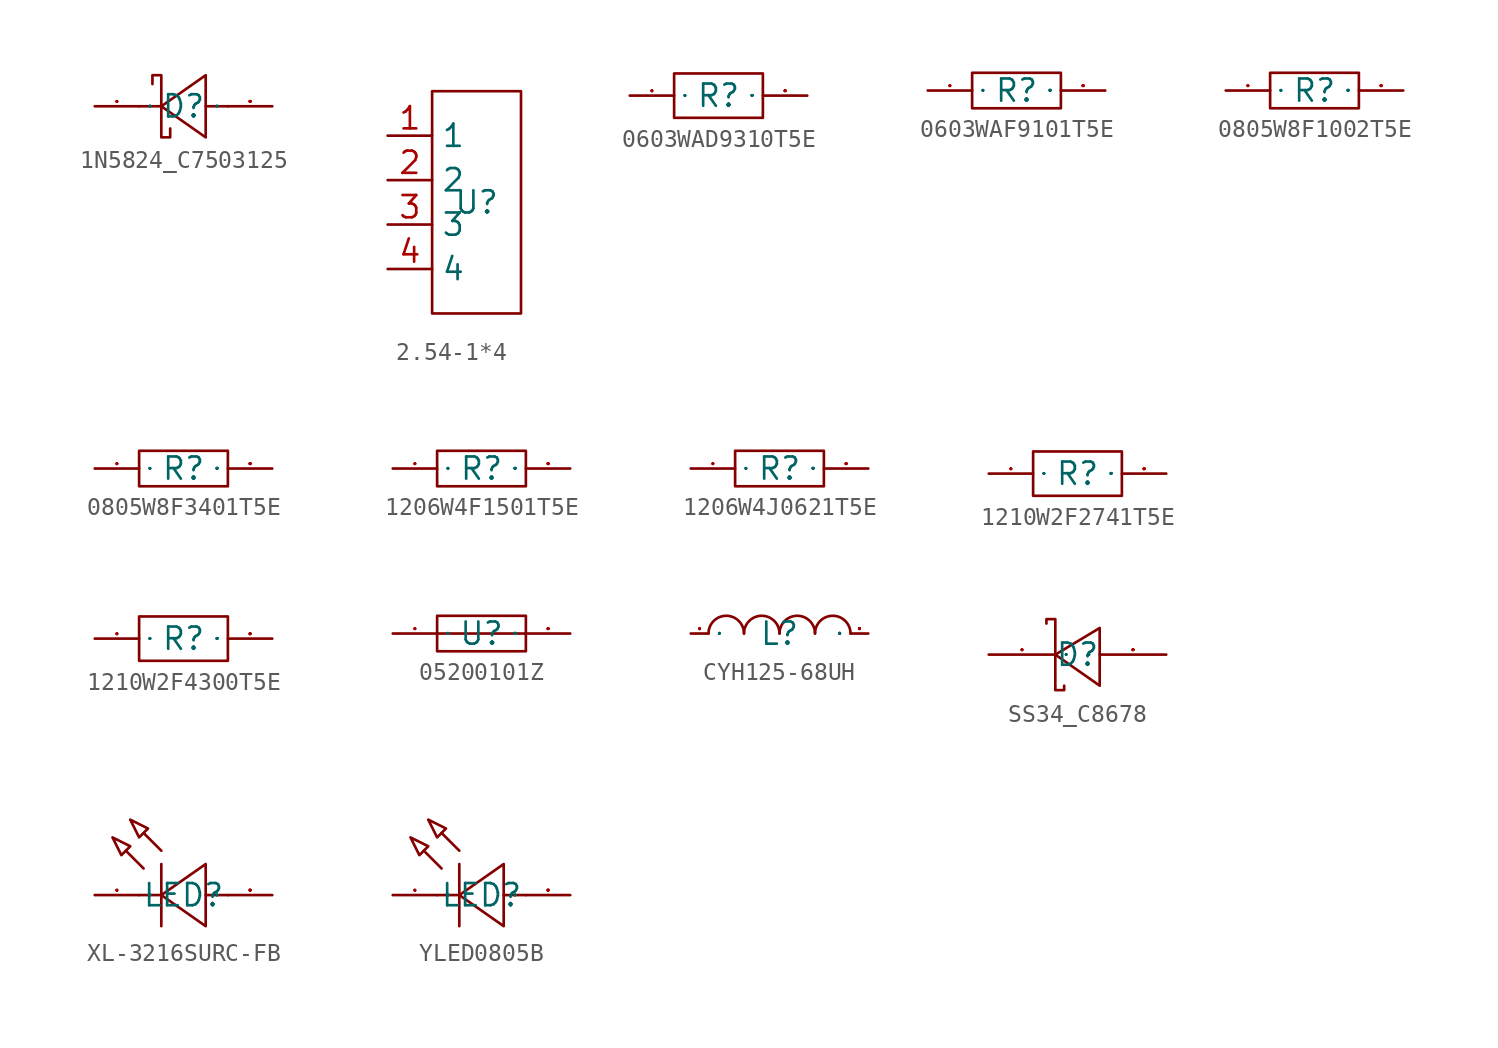
<source format=kicad_sym>
(kicad_symbol_lib
  (version 20241209)
  (generator "kicad_symbol_editor")
  (generator_version "9.0")
  (symbol "1N5824_C7503125"
    (property "Reference" "D"
      (at 0 0 0)
      (effects (font (size 1.27 1.27))))
    (property "Value" ""
      (at 0 0 0)
      (effects (font (size 1.27 1.27))))
    (symbol "1N5824_C7503125_1_0"
      (polyline (pts (xy -1.778 1.27) (xy -1.778 1.778) (xy -1.778 1.778) (xy -1.27 1.778) (xy -1.27 1.778) (xy -1.27 -1.778) (xy -1.27 -1.778) (xy -0.762 -1.778) (xy -0.762 -1.778) (xy -0.762 -1.27)) (stroke (width 0) (type default)) (fill (type none)))
      (polyline (pts (xy -1.27 0) (xy -2.54 0)) (stroke (width 0) (type default)) (fill (type none)))
      (polyline (pts (xy 1.27 1.778) (xy -1.27 0) (xy -1.27 0) (xy 1.27 -1.778) (xy 1.27 -1.778) (xy 1.27 1.778)) (stroke (width 0) (type default)) (fill (type none)))
      (polyline (pts (xy 2.54 0) (xy 1.27 0)) (stroke (width 0) (type default)) (fill (type none)))
      (pin unspecified line (at -5.08 0 0) (length 2.54) (name "K" (effects (font (size 0.025 0.025)))) (number "1" (effects (font (size 0.025 0.025)))))
      (pin unspecified line (at 5.08 0 180) (length 2.54) (name "A" (effects (font (size 0.025 0.025)))) (number "2" (effects (font (size 0.025 0.025)))))))
  (symbol "2.54-1*4"
    (property "Reference" "U"
      (at 0 0 0)
      (effects (font (size 1.27 1.27))))
    (property "Value" ""
      (at 0 0 0)
      (effects (font (size 1.27 1.27))))
    (symbol "2.54-1*4_1_0"
      (rectangle (start -2.54 6.35) (end 2.54 -6.35) (stroke (width 0) (type default)) (fill (type none)))
      (pin unspecified line (at -5.08 3.81 0) (length 2.54) (name "1" (effects (font (size 1.27 1.27)))) (number "1" (effects (font (size 1.27 1.27)))))
      (pin unspecified line (at -5.08 1.27 0) (length 2.54) (name "2" (effects (font (size 1.27 1.27)))) (number "2" (effects (font (size 1.27 1.27)))))
      (pin unspecified line (at -5.08 -1.27 0) (length 2.54) (name "3" (effects (font (size 1.27 1.27)))) (number "3" (effects (font (size 1.27 1.27)))))
      (pin unspecified line (at -5.08 -3.81 0) (length 2.54) (name "4" (effects (font (size 1.27 1.27)))) (number "4" (effects (font (size 1.27 1.27)))))))
  (symbol "0603WAD9310T5E"
    (property "Reference" "R"
      (at 0 0 0)
      (effects (font (size 1.27 1.27))))
    (symbol "0603WAD9310T5E_1_0"
      (rectangle (start -2.54 -1.27) (end 2.54 1.27) (stroke (width 0) (type default)) (fill (type none)))
      (pin input line (at -5.08 0 0) (length 2.54) (name "1" (effects (font (size 0.025 0.025)))) (number "1" (effects (font (size 0.025 0.025)))))
      (pin input line (at 5.08 0 180) (length 2.54) (name "2" (effects (font (size 0.025 0.025)))) (number "2" (effects (font (size 0.025 0.025)))))))
  (symbol "0603WAF9101T5E"
    (property "Reference" "R"
      (at 0 0 0)
      (effects (font (size 1.27 1.27))))
    (symbol "0603WAF9101T5E_1_0"
      (rectangle (start -2.54 -1.016) (end 2.54 1.016) (stroke (width 0) (type default)) (fill (type none)))
      (pin input line (at -5.08 0 0) (length 2.54) (name "1" (effects (font (size 0.025 0.025)))) (number "1" (effects (font (size 0.025 0.025)))))
      (pin input line (at 5.08 0 180) (length 2.54) (name "2" (effects (font (size 0.025 0.025)))) (number "2" (effects (font (size 0.025 0.025)))))))
  (symbol "0805W8F1002T5E"
    (property "Reference" "R"
      (at 0 0 0)
      (effects (font (size 1.27 1.27))))
    (symbol "0805W8F1002T5E_1_0"
      (rectangle (start -2.54 1.016) (end 2.54 -1.016) (stroke (width 0) (type default)) (fill (type none)))
      (pin input line (at -5.08 0 0) (length 2.54) (name "1" (effects (font (size 0.025 0.025)))) (number "1" (effects (font (size 0.025 0.025)))))
      (pin input line (at 5.08 0 180) (length 2.54) (name "2" (effects (font (size 0.025 0.025)))) (number "2" (effects (font (size 0.025 0.025)))))))
  (symbol "0805W8F3401T5E"
    (property "Reference" "R"
      (at 0 0 0)
      (effects (font (size 1.27 1.27))))
    (symbol "0805W8F3401T5E_1_0"
      (rectangle (start -2.54 -1.016) (end 2.54 1.016) (stroke (width 0) (type default)) (fill (type none)))
      (pin input line (at -5.08 0 0) (length 2.54) (name "1" (effects (font (size 0.025 0.025)))) (number "1" (effects (font (size 0.025 0.025)))))
      (pin input line (at 5.08 0 180) (length 2.54) (name "2" (effects (font (size 0.025 0.025)))) (number "2" (effects (font (size 0.025 0.025)))))))
  (symbol "1206W4F1501T5E"
    (property "Reference" "R"
      (at 0 0 0)
      (effects (font (size 1.27 1.27))))
    (symbol "1206W4F1501T5E_1_0"
      (rectangle (start -2.54 -1.016) (end 2.54 1.016) (stroke (width 0) (type default)) (fill (type none)))
      (pin input line (at -5.08 0 0) (length 2.54) (name "1" (effects (font (size 0.025 0.025)))) (number "1" (effects (font (size 0.025 0.025)))))
      (pin input line (at 5.08 0 180) (length 2.54) (name "2" (effects (font (size 0.025 0.025)))) (number "2" (effects (font (size 0.025 0.025)))))))
  (symbol "1206W4J0621T5E"
    (property "Reference" "R"
      (at 0 0 0)
      (effects (font (size 1.27 1.27))))
    (symbol "1206W4J0621T5E_1_0"
      (rectangle (start -2.54 -1.016) (end 2.54 1.016) (stroke (width 0) (type default)) (fill (type none)))
      (pin input line (at -5.08 0 0) (length 2.54) (name "1" (effects (font (size 0.025 0.025)))) (number "1" (effects (font (size 0.025 0.025)))))
      (pin input line (at 5.08 0 180) (length 2.54) (name "2" (effects (font (size 0.025 0.025)))) (number "2" (effects (font (size 0.025 0.025)))))))
  (symbol "1210W2F2741T5E"
    (property "Reference" "R"
      (at 0 0 0)
      (effects (font (size 1.27 1.27))))
    (symbol "1210W2F2741T5E_1_0"
      (rectangle (start -2.54 -1.27) (end 2.54 1.27) (stroke (width 0) (type default)) (fill (type none)))
      (pin input line (at -5.08 0 0) (length 2.54) (name "1" (effects (font (size 0.025 0.025)))) (number "1" (effects (font (size 0.025 0.025)))))
      (pin input line (at 5.08 0 180) (length 2.54) (name "2" (effects (font (size 0.025 0.025)))) (number "2" (effects (font (size 0.025 0.025)))))))
  (symbol "1210W2F4300T5E"
    (property "Reference" "R"
      (at 0 0 0)
      (effects (font (size 1.27 1.27))))
    (symbol "1210W2F4300T5E_1_0"
      (rectangle (start -2.54 -1.27) (end 2.54 1.27) (stroke (width 0) (type default)) (fill (type none)))
      (pin unspecified line (at -5.08 0 0) (length 2.54) (name "1" (effects (font (size 0.025 0.025)))) (number "1" (effects (font (size 0.025 0.025)))))
      (pin unspecified line (at 5.08 0 180) (length 2.54) (name "2" (effects (font (size 0.025 0.025)))) (number "2" (effects (font (size 0.025 0.025)))))))
  (symbol "05200101Z"
    (property "Reference" "U"
      (at 0 0 0)
      (effects (font (size 1.27 1.27))))
    (property "Value" ""
      (at 0 0 0)
      (effects (font (size 1.27 1.27))))
    (symbol "05200101Z_1_0"
      (polyline (pts (xy -2.54 0) (xy 2.54 0)) (stroke (width 0) (type default)) (fill (type none)))
      (rectangle (start -2.54 -1.016) (end 2.54 1.016) (stroke (width 0) (type default)) (fill (type none)))
      (pin unspecified line (at -5.08 0 0) (length 2.54) (name "1" (effects (font (size 0.025 0.025)))) (number "1" (effects (font (size 0.025 0.025)))))
      (pin unspecified line (at 5.08 0 180) (length 2.54) (name "2" (effects (font (size 0.025 0.025)))) (number "2" (effects (font (size 0.025 0.025)))))))
  (symbol "CYH125-68UH"
    (property "Reference" "L"
      (at 0 0 0)
      (effects (font (size 1.27 1.27))))
    (symbol "CYH125-68UH_1_0"
      (arc (start -4.064 0) (mid -3.0226 1.016) (end -2.032 0) (stroke (width 0) (type default)) (fill (type none)))
      (arc (start -2.032 0) (mid -0.9906 1.016) (end 0 0) (stroke (width 0) (type default)) (fill (type none)))
      (arc (start 0 0) (mid 1.016 1.016) (end 2.032 0) (stroke (width 0) (type default)) (fill (type none)))
      (arc (start 2.032 0) (mid 3.048 1.016) (end 4.064 0) (stroke (width 0) (type default)) (fill (type none)))
      (pin unspecified line (at -5.08 0 0) (length 1.016) (name "1" (effects (font (size 0.025 0.025)))) (number "1" (effects (font (size 0.025 0.025)))))
      (pin unspecified line (at 5.08 0 180) (length 1.016) (name "2" (effects (font (size 0.025 0.025)))) (number "2" (effects (font (size 0.025 0.025)))))))
  (symbol "SS34_C8678"
    (property "Reference" "D"
      (at 0 0 0)
      (effects (font (size 1.27 1.27))))
    (property "Value" ""
      (at 0 0 0)
      (effects (font (size 1.27 1.27))))
    (symbol "SS34_C8678_1_0"
      (polyline (pts (xy -1.27 0) (xy -1.27 2.032) (xy -1.27 2.032) (xy -1.778 2.032) (xy -1.778 2.032) (xy -1.778 1.778)) (stroke (width 0) (type default)) (fill (type none)))
      (polyline (pts (xy -1.27 0) (xy -1.27 -2.032) (xy -1.27 -2.032) (xy -0.762 -2.032) (xy -0.762 -2.032) (xy -0.762 -1.778)) (stroke (width 0) (type default)) (fill (type none)))
      (polyline (pts (xy 1.27 1.524) (xy -1.27 0) (xy -1.27 0) (xy 1.27 -1.778) (xy 1.27 -1.778) (xy 1.27 1.524)) (stroke (width 0) (type default)) (fill (type none)))
      (pin unspecified line (at -5.08 0 0) (length 3.81) (name "K" (effects (font (size 0.025 0.025)))) (number "1" (effects (font (size 0.025 0.025)))))
      (pin unspecified line (at 5.08 0 180) (length 3.81) (name "A" (effects (font (size 0.025 0.025)))) (number "2" (effects (font (size 0.025 0.025)))))))
  (symbol "XL-3216SURC-FB"
    (property "Reference" "LED"
      (at 0 0 0)
      (effects (font (size 1.27 1.27))))
    (property "Value" ""
      (at 0 0 0)
      (effects (font (size 1.27 1.27))))
    (symbol "XL-3216SURC-FB_1_0"
      (polyline (pts (xy -4.064 3.302) (xy -3.048 2.794) (xy -3.048 2.794) (xy -3.556 2.286) (xy -3.556 2.286) (xy -4.064 3.302)) (stroke (width 0) (type default)) (fill (type none)))
      (polyline (pts (xy -3.048 4.318) (xy -2.032 3.81) (xy -2.032 3.81) (xy -2.54 3.302) (xy -2.54 3.302) (xy -3.048 4.318)) (stroke (width 0) (type default)) (fill (type none)))
      (polyline (pts (xy -2.286 1.524) (xy -3.302 2.54)) (stroke (width 0) (type default)) (fill (type none)))
      (polyline (pts (xy -1.27 2.54) (xy -2.286 3.556)) (stroke (width 0) (type default)) (fill (type none)))
      (polyline (pts (xy -1.27 1.778) (xy -1.27 -1.778)) (stroke (width 0) (type default)) (fill (type none)))
      (polyline (pts (xy -1.27 0) (xy -2.54 0)) (stroke (width 0) (type default)) (fill (type none)))
      (polyline (pts (xy 1.27 1.778) (xy -1.27 0) (xy -1.27 0) (xy 1.27 -1.778) (xy 1.27 -1.778) (xy 1.27 1.778)) (stroke (width 0) (type default)) (fill (type none)))
      (polyline (pts (xy 2.54 0) (xy 1.27 0)) (stroke (width 0) (type default)) (fill (type none)))
      (pin unspecified line (at -5.08 0 0) (length 2.54) (name "K" (effects (font (size 0.025 0.025)))) (number "1" (effects (font (size 0.025 0.025)))))
      (pin unspecified line (at 5.08 0 180) (length 2.54) (name "A" (effects (font (size 0.025 0.025)))) (number "2" (effects (font (size 0.025 0.025)))))))
  (symbol "YLED0805B"
    (property "Reference" "LED"
      (at 0 0 0)
      (effects (font (size 1.27 1.27))))
    (property "Value" ""
      (at 0 0 0)
      (effects (font (size 1.27 1.27))))
    (symbol "YLED0805B_1_0"
      (polyline (pts (xy -4.064 3.302) (xy -3.048 2.794) (xy -3.048 2.794) (xy -3.556 2.286) (xy -3.556 2.286) (xy -4.064 3.302)) (stroke (width 0) (type default)) (fill (type none)))
      (polyline (pts (xy -3.048 4.318) (xy -2.032 3.81) (xy -2.032 3.81) (xy -2.54 3.302) (xy -2.54 3.302) (xy -3.048 4.318)) (stroke (width 0) (type default)) (fill (type none)))
      (polyline (pts (xy -2.286 1.524) (xy -3.302 2.54)) (stroke (width 0) (type default)) (fill (type none)))
      (polyline (pts (xy -1.27 2.54) (xy -2.286 3.556)) (stroke (width 0) (type default)) (fill (type none)))
      (polyline (pts (xy -1.27 1.778) (xy -1.27 -1.778)) (stroke (width 0) (type default)) (fill (type none)))
      (polyline (pts (xy -1.27 0) (xy -2.54 0)) (stroke (width 0) (type default)) (fill (type none)))
      (polyline (pts (xy 1.27 1.778) (xy -1.27 0) (xy -1.27 0) (xy 1.27 -1.778) (xy 1.27 -1.778) (xy 1.27 1.778)) (stroke (width 0) (type default)) (fill (type none)))
      (polyline (pts (xy 2.54 0) (xy 1.27 0)) (stroke (width 0) (type default)) (fill (type none)))
      (pin unspecified line (at -5.08 0 0) (length 2.54) (name "K" (effects (font (size 0.025 0.025)))) (number "1" (effects (font (size 0.025 0.025)))))
      (pin unspecified line (at 5.08 0 180) (length 2.54) (name "A" (effects (font (size 0.025 0.025)))) (number "2" (effects (font (size 0.025 0.025))))))))
</source>
